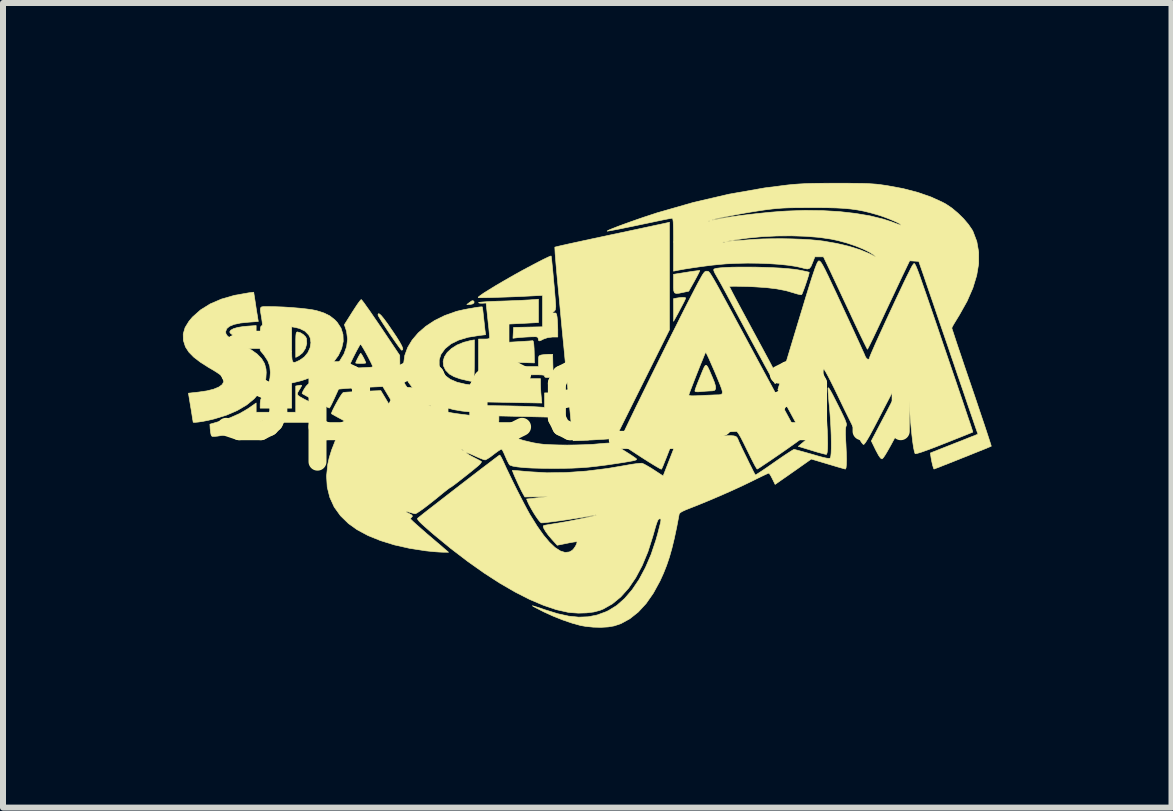
<source format=kicad_pcb>
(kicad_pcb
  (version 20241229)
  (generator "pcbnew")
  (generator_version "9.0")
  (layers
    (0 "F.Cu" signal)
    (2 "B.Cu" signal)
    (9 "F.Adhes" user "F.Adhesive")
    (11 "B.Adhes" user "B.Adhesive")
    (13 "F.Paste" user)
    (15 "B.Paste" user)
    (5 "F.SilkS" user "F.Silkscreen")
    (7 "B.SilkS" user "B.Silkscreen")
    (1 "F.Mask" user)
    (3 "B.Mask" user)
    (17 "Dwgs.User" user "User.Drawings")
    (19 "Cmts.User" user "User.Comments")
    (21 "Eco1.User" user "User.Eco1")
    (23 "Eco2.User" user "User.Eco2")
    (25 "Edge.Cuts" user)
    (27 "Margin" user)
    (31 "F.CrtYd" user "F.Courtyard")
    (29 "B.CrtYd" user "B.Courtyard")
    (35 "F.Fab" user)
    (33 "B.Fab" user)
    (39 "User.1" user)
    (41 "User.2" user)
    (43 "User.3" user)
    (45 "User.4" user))
  (footprint "Space_Jam"
    (layer "F.Cu")
    (at 6.707 3.45)
    (property "Reference" "Space_Jam" (at 0 0 0) (layer "F.SilkS") (effects (font (size 1.524 1.524) (thickness 0.3))))
    (attr through_hole)
    (fp_poly (pts (xy -1.853 -1.472) (xy -1.853 -1.471) (xy -1.854 -1.449) (xy -1.881 -1.431) (xy -1.926 -1.423) (xy -1.93 -1.423) (xy -1.973 -1.423) (xy -1.93 -1.456) (xy -1.892 -1.483) (xy -1.87 -1.487) (xy -1.853 -1.472)) (stroke (width 0.01) (type solid)) (fill yes) (layer "F.SilkS"))
    (fp_poly (pts (xy -5.487 -0.872) (xy -5.578 -0.837) (xy -5.67 -0.801) (xy -5.798 -0.868) (xy -5.873 -0.911) (xy -5.915 -0.944) (xy -5.927 -0.965) (xy -5.91 -0.994) (xy -5.864 -1.02) (xy -5.791 -1.041) (xy -5.696 -1.056) (xy -5.638 -1.061) (xy -5.486 -1.072) (xy -5.487 -0.872)) (stroke (width 0.01) (type solid)) (fill yes) (layer "F.SilkS"))
    (fp_poly (pts (xy 1.664 -1.538) (xy 1.676 -1.532) (xy 1.669 -1.512) (xy 1.649 -1.469) (xy 1.619 -1.411) (xy 1.583 -1.343) (xy 1.546 -1.272) (xy 1.526 -1.236) (xy 1.474 -1.143) (xy 1.474 -1.331) (xy 1.473 -1.52) (xy 1.526 -1.53) (xy 1.578 -1.538) (xy 1.627 -1.541) (xy 1.664 -1.538)) (stroke (width 0.01) (type solid)) (fill yes) (layer "F.SilkS"))
    (fp_poly (pts (xy -4.75 -0.953) (xy -4.7 -0.922) (xy -4.661 -0.883) (xy -4.647 -0.855) (xy -4.642 -0.773) (xy -4.665 -0.691) (xy -4.711 -0.619) (xy -4.775 -0.567) (xy -4.777 -0.567) (xy -4.826 -0.541) (xy -4.826 -0.753) (xy -4.826 -0.842) (xy -4.824 -0.901) (xy -4.82 -0.938) (xy -4.813 -0.958) (xy -4.803 -0.965) (xy -4.796 -0.965) (xy -4.75 -0.953)) (stroke (width 0.01) (type solid)) (fill yes) (layer "F.SilkS"))
    (fp_poly (pts (xy -4.727 -0.076) (xy -4.732 -0.06) (xy -4.751 -0.025) (xy -4.768 0.001) (xy -4.791 0.04) (xy -4.799 0.068) (xy -4.79 0.09) (xy -4.759 0.114) (xy -4.704 0.145) (xy -4.669 0.163) (xy -4.589 0.204) (xy -4.589 0.542) (xy -5.114 0.542) (xy -5.114 0.373) (xy -4.826 0.373) (xy -4.826 -0.064) (xy -4.779 -0.073) (xy -4.744 -0.078) (xy -4.727 -0.076)) (stroke (width 0.01) (type solid)) (fill yes) (layer "F.SilkS"))
    (fp_poly (pts (xy -3.731 -0.596) (xy -3.711 -0.563) (xy -3.688 -0.52) (xy -3.669 -0.48) (xy -3.658 -0.452) (xy -3.658 -0.448) (xy -3.673 -0.444) (xy -3.712 -0.441) (xy -3.742 -0.44) (xy -3.791 -0.442) (xy -3.821 -0.445) (xy -3.827 -0.448) (xy -3.82 -0.47) (xy -3.802 -0.508) (xy -3.78 -0.551) (xy -3.759 -0.588) (xy -3.744 -0.608) (xy -3.742 -0.61) (xy -3.731 -0.596)) (stroke (width 0.01) (type solid)) (fill yes) (layer "F.SilkS"))
    (fp_poly (pts (xy 1.911 -1.989) (xy 1.905 -1.973) (xy 1.886 -1.934) (xy 1.856 -1.877) (xy 1.822 -1.814) (xy 1.727 -1.645) (xy 1.642 -1.627) (xy 1.566 -1.611) (xy 1.518 -1.607) (xy 1.49 -1.618) (xy 1.477 -1.65) (xy 1.473 -1.707) (xy 1.473 -1.767) (xy 1.473 -1.926) (xy 1.689 -1.96) (xy 1.77 -1.973) (xy 1.838 -1.982) (xy 1.887 -1.988) (xy 1.91 -1.99) (xy 1.911 -1.989)) (stroke (width 0.01) (type solid)) (fill yes) (layer "F.SilkS"))
    (fp_poly (pts (xy -1.848 -0.484) (xy -1.849 -0.357) (xy -1.851 -0.261) (xy -1.855 -0.194) (xy -1.86 -0.154) (xy -1.867 -0.138) (xy -1.869 -0.138) (xy -1.897 -0.142) (xy -1.942 -0.15) (xy -1.956 -0.153) (xy -2.083 -0.183) (xy -2.185 -0.219) (xy -2.258 -0.26) (xy -2.262 -0.262) (xy -2.327 -0.328) (xy -2.362 -0.4) (xy -2.368 -0.475) (xy -2.347 -0.55) (xy -2.3 -0.623) (xy -2.229 -0.689) (xy -2.137 -0.747) (xy -2.024 -0.793) (xy -1.91 -0.822) (xy -1.847 -0.833) (xy -1.848 -0.484)) (stroke (width 0.01) (type solid)) (fill yes) (layer "F.SilkS"))
    (fp_poly (pts (xy -3.431 -1.266) (xy -3.4 -1.238) (xy -3.356 -1.184) (xy -3.296 -1.103) (xy -3.221 -0.994) (xy -3.218 -0.99) (xy -3.145 -0.881) (xy -3.093 -0.797) (xy -3.059 -0.735) (xy -3.042 -0.693) (xy -3.042 -0.669) (xy -3.057 -0.661) (xy -3.06 -0.661) (xy -3.073 -0.674) (xy -3.102 -0.712) (xy -3.143 -0.769) (xy -3.194 -0.842) (xy -3.252 -0.926) (xy -3.264 -0.944) (xy -3.322 -1.032) (xy -3.373 -1.11) (xy -3.414 -1.175) (xy -3.442 -1.222) (xy -3.454 -1.247) (xy -3.455 -1.249) (xy -3.449 -1.269) (xy -3.431 -1.266)) (stroke (width 0.01) (type solid)) (fill yes) (layer "F.SilkS"))
    (fp_poly (pts (xy 2.044 -0.381) (xy 2.072 -0.323) (xy 2.109 -0.235) (xy 2.117 -0.218) (xy 2.154 -0.127) (xy 2.173 -0.062) (xy 2.175 -0.018) (xy 2.16 0.007) (xy 2.126 0.016) (xy 2.112 0.017) (xy 2.066 0.019) (xy 2.002 0.023) (xy 1.943 0.028) (xy 1.881 0.033) (xy 1.845 0.031) (xy 1.831 0.023) (xy 1.83 0.015) (xy 1.836 -0.008) (xy 1.853 -0.057) (xy 1.879 -0.124) (xy 1.911 -0.202) (xy 1.921 -0.227) (xy 1.957 -0.316) (xy 1.984 -0.377) (xy 2.004 -0.408) (xy 2.023 -0.409) (xy 2.044 -0.381)) (stroke (width 0.01) (type solid)) (fill yes) (layer "F.SilkS"))
    (fp_poly (pts (xy -5.486 0.373) (xy -5.34 0.373) (xy -5.272 0.373) (xy -5.229 0.378) (xy -5.214 0.389) (xy -5.225 0.409) (xy -5.264 0.44) (xy -5.331 0.487) (xy -5.361 0.507) (xy -5.498 0.585) (xy -5.658 0.655) (xy -5.833 0.712) (xy -6.012 0.754) (xy -6.132 0.772) (xy -6.187 0.777) (xy -6.218 0.776) (xy -6.232 0.765) (xy -6.239 0.743) (xy -6.247 0.699) (xy -6.253 0.644) (xy -6.253 0.638) (xy -6.257 0.573) (xy -6.114 0.531) (xy -5.923 0.467) (xy -5.76 0.395) (xy -5.62 0.313) (xy -5.606 0.303) (xy -5.486 0.219) (xy -5.486 0.373)) (stroke (width 0.01) (type solid)) (fill yes) (layer "F.SilkS"))
    (fp_poly (pts (xy -0.539 -0.44) (xy -0.537 -0.367) (xy -0.536 -0.304) (xy -0.535 -0.259) (xy -0.535 -0.25) (xy -0.538 -0.225) (xy -0.558 -0.213) (xy -0.602 -0.207) (xy -0.605 -0.206) (xy -0.652 -0.206) (xy -0.674 -0.215) (xy -0.677 -0.228) (xy -0.681 -0.238) (xy -0.695 -0.245) (xy -0.725 -0.249) (xy -0.775 -0.251) (xy -0.849 -0.251) (xy -0.936 -0.25) (xy -1.194 -0.246) (xy -1.199 -0.318) (xy -1.204 -0.389) (xy -0.779 -0.389) (xy -0.779 -0.48) (xy -0.778 -0.533) (xy -0.771 -0.562) (xy -0.754 -0.575) (xy -0.726 -0.582) (xy -0.672 -0.589) (xy -0.611 -0.593) (xy -0.607 -0.593) (xy -0.542 -0.593) (xy -0.539 -0.44)) (stroke (width 0.01) (type solid)) (fill yes) (layer "F.SilkS"))
    (fp_poly (pts (xy 5.313 -0.138) (xy 5.317 -0.102) (xy 5.317 -0.101) (xy 5.318 -0.065) (xy 5.322 -0.004) (xy 5.327 0.076) (xy 5.333 0.166) (xy 5.335 0.195) (xy 5.353 0.439) (xy 5.165 0.795) (xy 5.097 0.921) (xy 5.043 1.017) (xy 5.002 1.086) (xy 4.972 1.13) (xy 4.952 1.15) (xy 4.947 1.151) (xy 4.924 1.137) (xy 4.892 1.092) (xy 4.852 1.017) (xy 4.844 1.002) (xy 4.771 0.852) (xy 4.975 0.464) (xy 5.034 0.352) (xy 5.09 0.243) (xy 5.142 0.143) (xy 5.186 0.058) (xy 5.219 -0.007) (xy 5.235 -0.038) (xy 5.263 -0.093) (xy 5.287 -0.133) (xy 5.302 -0.152) (xy 5.304 -0.152) (xy 5.313 -0.138)) (stroke (width 0.01) (type solid)) (fill yes) (layer "F.SilkS"))
    (fp_poly (pts (xy 1.405 -1.001) (xy 0.506 0.804) (xy 0.427 0.815) (xy 0.382 0.819) (xy 0.312 0.824) (xy 0.223 0.829) (xy 0.125 0.835) (xy 0.073 0.837) (xy -0.201 0.849) (xy -0.211 0.776) (xy -0.214 0.748) (xy -0.22 0.689) (xy -0.228 0.602) (xy -0.24 0.491) (xy -0.253 0.358) (xy -0.267 0.206) (xy -0.284 0.039) (xy -0.301 -0.141) (xy -0.319 -0.331) (xy -0.338 -0.527) (xy -0.357 -0.727) (xy -0.377 -0.928) (xy -0.396 -1.126) (xy -0.414 -1.319) (xy -0.431 -1.503) (xy -0.448 -1.676) (xy -0.463 -1.834) (xy -0.476 -1.975) (xy -0.476 -1.977) (xy -0.486 -2.089) (xy -0.494 -2.189) (xy -0.501 -2.273) (xy -0.504 -2.336) (xy -0.506 -2.372) (xy -0.505 -2.38) (xy -0.487 -2.384) (xy -0.439 -2.396) (xy -0.365 -2.413) (xy -0.266 -2.435) (xy -0.146 -2.461) (xy -0.008 -2.491) (xy 0.145 -2.524) (xy 0.31 -2.559) (xy 0.416 -2.582) (xy 0.588 -2.618) (xy 0.751 -2.653) (xy 0.901 -2.685) (xy 1.036 -2.714) (xy 1.152 -2.739) (xy 1.247 -2.759) (xy 1.316 -2.774) (xy 1.357 -2.783) (xy 1.367 -2.785) (xy 1.405 -2.795) (xy 1.405 -1.001)) (stroke (width 0.01) (type solid)) (fill yes) (layer "F.SilkS"))
    (fp_poly (pts (xy -0.779 -1.122) (xy -1.024 -1.109) (xy -1.27 -1.097) (xy -1.27 -0.794) (xy -1.079 -0.805) (xy -1.002 -0.81) (xy -0.936 -0.814) (xy -0.89 -0.818) (xy -0.872 -0.819) (xy -0.864 -0.804) (xy -0.857 -0.76) (xy -0.852 -0.691) (xy -0.85 -0.635) (xy -0.846 -0.449) (xy -1.058 -0.455) (xy -1.27 -0.461) (xy -1.27 -0.186) (xy -0.745 -0.186) (xy -0.745 -0.097) (xy -0.743 -0.031) (xy -0.739 0.049) (xy -0.734 0.106) (xy -0.723 0.22) (xy -0.925 0.216) (xy -1.017 0.215) (xy -1.13 0.213) (xy -1.252 0.21) (xy -1.37 0.208) (xy -1.404 0.207) (xy -1.681 0.202) (xy -1.661 -0.135) (xy -1.778 -0.135) (xy -1.778 -0.847) (xy -1.685 -0.847) (xy -1.631 -0.848) (xy -1.602 -0.855) (xy -1.593 -0.869) (xy -1.593 -0.876) (xy -1.595 -0.903) (xy -1.6 -0.956) (xy -1.607 -1.031) (xy -1.617 -1.119) (xy -1.623 -1.177) (xy -1.652 -1.448) (xy -1.715 -1.444) (xy -1.756 -1.445) (xy -1.777 -1.452) (xy -1.778 -1.454) (xy -1.762 -1.459) (xy -1.717 -1.464) (xy -1.648 -1.469) (xy -1.559 -1.474) (xy -1.456 -1.478) (xy -1.41 -1.479) (xy -1.292 -1.483) (xy -1.176 -1.488) (xy -1.071 -1.492) (xy -0.982 -1.497) (xy -0.919 -1.5) (xy -0.91 -1.501) (xy -0.779 -1.511) (xy -0.779 -1.122)) (stroke (width 0.01) (type solid)) (fill yes) (layer "F.SilkS"))
    (fp_poly (pts (xy -1.716 -1.383) (xy -1.712 -1.365) (xy -1.706 -1.321) (xy -1.699 -1.258) (xy -1.694 -1.21) (xy -1.685 -1.13) (xy -1.677 -1.056) (xy -1.671 -0.999) (xy -1.668 -0.98) (xy -1.66 -0.919) (xy -1.765 -0.907) (xy -1.952 -0.877) (xy -2.109 -0.83) (xy -2.237 -0.767) (xy -2.336 -0.687) (xy -2.405 -0.591) (xy -2.406 -0.589) (xy -2.434 -0.501) (xy -2.434 -0.41) (xy -2.405 -0.326) (xy -2.4 -0.319) (xy -2.336 -0.239) (xy -2.249 -0.175) (xy -2.137 -0.127) (xy -1.997 -0.094) (xy -1.857 -0.075) (xy -1.725 -0.064) (xy -1.735 0.044) (xy -1.742 0.125) (xy -1.75 0.214) (xy -1.754 0.262) (xy -1.764 0.373) (xy -1.851 0.37) (xy -1.916 0.367) (xy -1.995 0.36) (xy -2.057 0.353) (xy -2.192 0.33) (xy -2.335 0.292) (xy -2.473 0.246) (xy -2.591 0.194) (xy -2.598 0.19) (xy -2.698 0.128) (xy -2.794 0.05) (xy -2.88 -0.037) (xy -2.946 -0.125) (xy -2.972 -0.173) (xy -3.015 -0.306) (xy -3.027 -0.44) (xy -3.008 -0.574) (xy -2.96 -0.705) (xy -2.885 -0.83) (xy -2.784 -0.949) (xy -2.659 -1.058) (xy -2.512 -1.155) (xy -2.344 -1.238) (xy -2.156 -1.305) (xy -2.151 -1.307) (xy -2.098 -1.32) (xy -2.031 -1.335) (xy -1.955 -1.35) (xy -1.879 -1.363) (xy -1.81 -1.375) (xy -1.755 -1.382) (xy -1.722 -1.384) (xy -1.716 -1.383)) (stroke (width 0.01) (type solid)) (fill yes) (layer "F.SilkS"))
    (fp_poly (pts (xy -0.564 -2.214) (xy -0.559 -2.168) (xy -0.552 -2.099) (xy -0.543 -2.013) (xy -0.534 -1.915) (xy -0.525 -1.812) (xy -0.515 -1.708) (xy -0.507 -1.61) (xy -0.5 -1.522) (xy -0.494 -1.451) (xy -0.491 -1.401) (xy -0.491 -1.384) (xy -0.498 -1.333) (xy -0.516 -1.31) (xy -0.54 -1.294) (xy -0.536 -1.281) (xy -0.51 -1.281) (xy -0.491 -1.281) (xy -0.478 -1.262) (xy -0.469 -1.218) (xy -0.468 -1.21) (xy -0.463 -1.15) (xy -0.459 -1.075) (xy -0.457 -1.005) (xy -0.457 -0.881) (xy -0.543 -0.881) (xy -0.627 -0.87) (xy -0.694 -0.847) (xy -0.741 -0.823) (xy -0.766 -0.816) (xy -0.777 -0.824) (xy -0.782 -0.849) (xy -0.782 -0.851) (xy -0.787 -0.87) (xy -0.8 -0.881) (xy -0.828 -0.886) (xy -0.879 -0.885) (xy -0.914 -0.884) (xy -0.991 -0.88) (xy -1.067 -0.875) (xy -1.123 -0.87) (xy -1.204 -0.86) (xy -1.194 -1.041) (xy -0.953 -1.046) (xy -0.711 -1.051) (xy -0.711 -1.575) (xy -0.91 -1.565) (xy -1.051 -1.558) (xy -1.19 -1.552) (xy -1.324 -1.547) (xy -1.449 -1.543) (xy -1.56 -1.539) (xy -1.654 -1.537) (xy -1.725 -1.536) (xy -1.77 -1.536) (xy -1.784 -1.538) (xy -1.778 -1.55) (xy -1.744 -1.577) (xy -1.683 -1.619) (xy -1.596 -1.673) (xy -1.487 -1.74) (xy -1.355 -1.817) (xy -1.256 -1.874) (xy -1.161 -1.928) (xy -1.06 -1.984) (xy -0.958 -2.039) (xy -0.859 -2.091) (xy -0.768 -2.139) (xy -0.689 -2.179) (xy -0.626 -2.209) (xy -0.584 -2.228) (xy -0.568 -2.232) (xy -0.564 -2.214)) (stroke (width 0.01) (type solid)) (fill yes) (layer "F.SilkS"))
    (fp_poly (pts (xy -5.497 -1.436) (xy -5.485 -1.354) (xy -5.473 -1.279) (xy -5.463 -1.221) (xy -5.459 -1.192) (xy -5.45 -1.14) (xy -5.61 -1.128) (xy -5.748 -1.114) (xy -5.855 -1.091) (xy -5.93 -1.06) (xy -5.976 -1.021) (xy -5.994 -0.972) (xy -5.994 -0.963) (xy -5.989 -0.933) (xy -5.969 -0.903) (xy -5.933 -0.871) (xy -5.875 -0.834) (xy -5.793 -0.788) (xy -5.71 -0.746) (xy -5.574 -0.671) (xy -5.47 -0.597) (xy -5.395 -0.52) (xy -5.346 -0.438) (xy -5.322 -0.348) (xy -5.318 -0.288) (xy -5.324 -0.191) (xy -5.345 -0.106) (xy -5.386 -0.021) (xy -5.419 0.03) (xy -5.516 0.146) (xy -5.643 0.251) (xy -5.799 0.343) (xy -5.981 0.422) (xy -6.187 0.485) (xy -6.289 0.509) (xy -6.376 0.526) (xy -6.449 0.537) (xy -6.503 0.542) (xy -6.533 0.541) (xy -6.537 0.538) (xy -6.539 0.52) (xy -6.547 0.476) (xy -6.557 0.41) (xy -6.57 0.328) (xy -6.576 0.295) (xy -6.615 0.056) (xy -6.442 0.037) (xy -6.306 0.017) (xy -6.195 -0.011) (xy -6.11 -0.046) (xy -6.053 -0.087) (xy -6.028 -0.132) (xy -6.028 -0.135) (xy -6.026 -0.168) (xy -6.034 -0.197) (xy -6.055 -0.225) (xy -6.093 -0.258) (xy -6.152 -0.298) (xy -6.236 -0.349) (xy -6.28 -0.374) (xy -6.419 -0.463) (xy -6.528 -0.547) (xy -6.608 -0.629) (xy -6.662 -0.712) (xy -6.666 -0.72) (xy -6.7 -0.827) (xy -6.702 -0.932) (xy -6.671 -1.038) (xy -6.606 -1.144) (xy -6.548 -1.213) (xy -6.414 -1.332) (xy -6.252 -1.433) (xy -6.063 -1.514) (xy -5.847 -1.576) (xy -5.613 -1.617) (xy -5.527 -1.628) (xy -5.497 -1.436)) (stroke (width 0.01) (type solid)) (fill yes) (layer "F.SilkS"))
    (fp_poly (pts (xy -5.287 -1.388) (xy -5.161 -1.386) (xy -5.025 -1.381) (xy -4.889 -1.372) (xy -4.758 -1.361) (xy -4.641 -1.348) (xy -4.544 -1.334) (xy -4.48 -1.321) (xy -4.357 -1.282) (xy -4.259 -1.234) (xy -4.177 -1.17) (xy -4.135 -1.126) (xy -4.071 -1.029) (xy -4.038 -0.923) (xy -4.034 -0.809) (xy -4.06 -0.692) (xy -4.114 -0.575) (xy -4.197 -0.462) (xy -4.235 -0.422) (xy -4.329 -0.344) (xy -4.446 -0.271) (xy -4.578 -0.207) (xy -4.715 -0.158) (xy -4.771 -0.143) (xy -4.894 -0.114) (xy -4.894 0.305) (xy -5.419 0.305) (xy -5.419 0.228) (xy -5.413 0.172) (xy -5.393 0.118) (xy -5.358 0.061) (xy -5.291 -0.065) (xy -5.256 -0.195) (xy -5.249 -0.291) (xy -5.259 -0.394) (xy -5.292 -0.484) (xy -5.351 -0.574) (xy -5.36 -0.586) (xy -5.419 -0.658) (xy -5.419 -0.754) (xy -4.894 -0.754) (xy -4.894 -0.641) (xy -4.892 -0.558) (xy -4.887 -0.502) (xy -4.877 -0.47) (xy -4.86 -0.457) (xy -4.834 -0.46) (xy -4.797 -0.476) (xy -4.758 -0.495) (xy -4.682 -0.549) (xy -4.624 -0.62) (xy -4.587 -0.701) (xy -4.573 -0.786) (xy -4.585 -0.866) (xy -4.609 -0.914) (xy -4.671 -0.978) (xy -4.759 -1.022) (xy -4.83 -1.04) (xy -4.894 -1.051) (xy -4.894 -0.754) (xy -5.419 -0.754) (xy -5.419 -0.862) (xy -5.418 -0.953) (xy -5.415 -1.014) (xy -5.41 -1.05) (xy -5.401 -1.065) (xy -5.396 -1.067) (xy -5.386 -1.072) (xy -5.382 -1.093) (xy -5.386 -1.134) (xy -5.395 -1.198) (xy -5.409 -1.281) (xy -5.416 -1.335) (xy -5.412 -1.367) (xy -5.395 -1.383) (xy -5.361 -1.388) (xy -5.307 -1.388) (xy -5.287 -1.388)) (stroke (width 0.01) (type solid)) (fill yes) (layer "F.SilkS"))
    (fp_poly (pts (xy 2.846 -2.046) (xy 2.988 -2.042) (xy 3.126 -2.037) (xy 3.257 -2.03) (xy 3.374 -2.021) (xy 3.475 -2.011) (xy 3.545 -2.001) (xy 3.619 -1.987) (xy 3.681 -1.974) (xy 3.722 -1.964) (xy 3.735 -1.96) (xy 3.733 -1.942) (xy 3.722 -1.9) (xy 3.704 -1.843) (xy 3.682 -1.777) (xy 3.659 -1.71) (xy 3.637 -1.652) (xy 3.62 -1.608) (xy 3.609 -1.588) (xy 3.589 -1.587) (xy 3.545 -1.596) (xy 3.487 -1.613) (xy 3.475 -1.617) (xy 3.343 -1.655) (xy 3.192 -1.684) (xy 3.019 -1.705) (xy 2.818 -1.718) (xy 2.714 -1.723) (xy 2.616 -1.725) (xy 2.53 -1.727) (xy 2.463 -1.727) (xy 2.42 -1.726) (xy 2.405 -1.724) (xy 2.41 -1.711) (xy 2.427 -1.678) (xy 2.455 -1.623) (xy 2.496 -1.545) (xy 2.55 -1.444) (xy 2.618 -1.317) (xy 2.7 -1.165) (xy 2.797 -0.985) (xy 2.91 -0.776) (xy 2.926 -0.747) (xy 3.001 -0.607) (xy 3.062 -0.494) (xy 3.11 -0.403) (xy 3.146 -0.333) (xy 3.171 -0.28) (xy 3.188 -0.241) (xy 3.197 -0.212) (xy 3.2 -0.191) (xy 3.199 -0.173) (xy 3.195 -0.159) (xy 3.181 -0.121) (xy 3.169 -0.102) (xy 3.168 -0.102) (xy 3.158 -0.116) (xy 3.134 -0.158) (xy 3.097 -0.223) (xy 3.05 -0.309) (xy 2.993 -0.412) (xy 2.929 -0.531) (xy 2.858 -0.661) (xy 2.811 -0.749) (xy 2.733 -0.893) (xy 2.657 -1.035) (xy 2.584 -1.171) (xy 2.517 -1.296) (xy 2.458 -1.406) (xy 2.41 -1.497) (xy 2.375 -1.563) (xy 2.365 -1.582) (xy 2.318 -1.668) (xy 2.27 -1.757) (xy 2.225 -1.836) (xy 2.197 -1.885) (xy 2.162 -1.947) (xy 2.145 -1.986) (xy 2.144 -2.008) (xy 2.15 -2.015) (xy 2.186 -2.026) (xy 2.25 -2.034) (xy 2.339 -2.04) (xy 2.447 -2.045) (xy 2.571 -2.047) (xy 2.706 -2.047) (xy 2.846 -2.046)) (stroke (width 0.01) (type solid)) (fill yes) (layer "F.SilkS"))
    (fp_poly (pts (xy -3.721 -1.492) (xy -3.691 -1.454) (xy -3.648 -1.393) (xy -3.592 -1.315) (xy -3.528 -1.221) (xy -3.456 -1.116) (xy -3.404 -1.04) (xy -3.092 -0.574) (xy -3.09 -0.426) (xy -3.08 -0.297) (xy -3.05 -0.186) (xy -2.998 -0.082) (xy -2.928 0.015) (xy -2.89 0.062) (xy -2.867 0.095) (xy -2.862 0.12) (xy -2.876 0.143) (xy -2.912 0.169) (xy -2.974 0.203) (xy -3.028 0.232) (xy -3.159 0.303) (xy -3.267 0.124) (xy -3.374 -0.055) (xy -3.622 -0.044) (xy -3.723 -0.039) (xy -3.823 -0.034) (xy -3.913 -0.028) (xy -3.981 -0.024) (xy -3.991 -0.023) (xy -4.112 -0.012) (xy -4.184 0.146) (xy -4.215 0.212) (xy -4.241 0.264) (xy -4.26 0.297) (xy -4.266 0.304) (xy -4.284 0.296) (xy -4.325 0.275) (xy -4.386 0.244) (xy -4.46 0.204) (xy -4.494 0.186) (xy -4.572 0.144) (xy -4.638 0.108) (xy -4.688 0.08) (xy -4.716 0.064) (xy -4.72 0.061) (xy -4.715 0.044) (xy -4.697 0.008) (xy -4.678 -0.024) (xy -4.652 -0.062) (xy -4.622 -0.092) (xy -4.581 -0.122) (xy -4.522 -0.154) (xy -4.461 -0.185) (xy -4.315 -0.27) (xy -4.195 -0.367) (xy -3.945 -0.367) (xy -3.93 -0.365) (xy -3.889 -0.364) (xy -3.829 -0.365) (xy -3.76 -0.367) (xy -3.689 -0.37) (xy -3.624 -0.374) (xy -3.574 -0.377) (xy -3.545 -0.381) (xy -3.542 -0.382) (xy -3.546 -0.399) (xy -3.563 -0.438) (xy -3.59 -0.492) (xy -3.623 -0.556) (xy -3.658 -0.621) (xy -3.692 -0.68) (xy -3.721 -0.728) (xy -3.74 -0.757) (xy -3.746 -0.762) (xy -3.757 -0.748) (xy -3.779 -0.71) (xy -3.809 -0.655) (xy -3.842 -0.591) (xy -3.876 -0.524) (xy -3.906 -0.461) (xy -3.93 -0.409) (xy -3.944 -0.375) (xy -3.945 -0.367) (xy -4.195 -0.367) (xy -4.193 -0.369) (xy -4.094 -0.479) (xy -4.022 -0.597) (xy -3.977 -0.721) (xy -3.962 -0.847) (xy -3.978 -0.972) (xy -3.986 -0.999) (xy -4.015 -1.086) (xy -3.883 -1.296) (xy -3.835 -1.37) (xy -3.793 -1.433) (xy -3.759 -1.479) (xy -3.738 -1.503) (xy -3.734 -1.506) (xy -3.721 -1.492)) (stroke (width 0.01) (type solid)) (fill yes) (layer "F.SilkS"))
    (fp_poly (pts (xy 2.03 -1.978) (xy 2.038 -1.977) (xy 2.046 -1.976) (xy 2.053 -1.974) (xy 2.062 -1.967) (xy 2.073 -1.955) (xy 2.087 -1.936) (xy 2.105 -1.908) (xy 2.129 -1.869) (xy 2.158 -1.819) (xy 2.195 -1.754) (xy 2.24 -1.673) (xy 2.293 -1.575) (xy 2.357 -1.457) (xy 2.432 -1.319) (xy 2.519 -1.157) (xy 2.619 -0.972) (xy 2.733 -0.76) (xy 2.862 -0.521) (xy 2.88 -0.487) (xy 2.979 -0.304) (xy 3.075 -0.127) (xy 3.165 0.04) (xy 3.249 0.195) (xy 3.325 0.336) (xy 3.392 0.459) (xy 3.448 0.563) (xy 3.493 0.644) (xy 3.524 0.701) (xy 3.541 0.731) (xy 3.541 0.732) (xy 3.567 0.779) (xy 3.581 0.815) (xy 3.582 0.828) (xy 3.566 0.842) (xy 3.526 0.872) (xy 3.468 0.913) (xy 3.396 0.964) (xy 3.315 1.021) (xy 3.228 1.081) (xy 3.142 1.14) (xy 3.06 1.196) (xy 2.986 1.245) (xy 2.927 1.285) (xy 2.886 1.311) (xy 2.868 1.321) (xy 2.867 1.321) (xy 2.856 1.306) (xy 2.832 1.266) (xy 2.799 1.203) (xy 2.759 1.124) (xy 2.714 1.032) (xy 2.702 1.008) (xy 2.642 0.886) (xy 2.595 0.794) (xy 2.559 0.733) (xy 2.535 0.7) (xy 2.525 0.694) (xy 2.494 0.695) (xy 2.434 0.698) (xy 2.352 0.703) (xy 2.254 0.709) (xy 2.145 0.715) (xy 2.031 0.722) (xy 1.918 0.73) (xy 1.811 0.737) (xy 1.716 0.743) (xy 1.639 0.748) (xy 1.585 0.753) (xy 1.565 0.755) (xy 1.495 0.763) (xy 1.389 1.038) (xy 1.354 1.128) (xy 1.322 1.207) (xy 1.297 1.27) (xy 1.279 1.31) (xy 1.272 1.323) (xy 1.256 1.318) (xy 1.215 1.295) (xy 1.154 1.259) (xy 1.077 1.212) (xy 0.987 1.155) (xy 0.92 1.112) (xy 0.824 1.049) (xy 0.737 0.992) (xy 0.665 0.944) (xy 0.609 0.907) (xy 0.576 0.884) (xy 0.567 0.878) (xy 0.573 0.862) (xy 0.592 0.818) (xy 0.625 0.748) (xy 0.668 0.657) (xy 0.721 0.546) (xy 0.783 0.418) (xy 0.852 0.275) (xy 0.928 0.121) (xy 0.944 0.088) (xy 1.727 0.088) (xy 1.739 0.096) (xy 1.776 0.1) (xy 1.842 0.099) (xy 1.918 0.096) (xy 2.004 0.091) (xy 2.085 0.088) (xy 2.152 0.085) (xy 2.184 0.084) (xy 2.234 0.083) (xy 2.267 0.077) (xy 2.285 0.062) (xy 2.288 0.033) (xy 2.276 -0.014) (xy 2.25 -0.084) (xy 2.214 -0.172) (xy 2.155 -0.313) (xy 2.104 -0.429) (xy 2.064 -0.52) (xy 2.034 -0.584) (xy 2.015 -0.619) (xy 2.008 -0.625) (xy 1.999 -0.606) (xy 1.98 -0.561) (xy 1.954 -0.496) (xy 1.921 -0.417) (xy 1.886 -0.328) (xy 1.849 -0.235) (xy 1.814 -0.145) (xy 1.782 -0.062) (xy 1.755 0.008) (xy 1.736 0.059) (xy 1.728 0.086) (xy 1.727 0.088) (xy 0.944 0.088) (xy 1.008 -0.042) (xy 1.091 -0.212) (xy 1.177 -0.386) (xy 1.263 -0.56) (xy 1.349 -0.734) (xy 1.433 -0.903) (xy 1.515 -1.065) (xy 1.591 -1.218) (xy 1.662 -1.359) (xy 1.726 -1.485) (xy 1.782 -1.593) (xy 1.828 -1.682) (xy 1.832 -1.69) (xy 1.885 -1.791) (xy 1.926 -1.865) (xy 1.956 -1.918) (xy 1.979 -1.951) (xy 1.997 -1.97) (xy 2.012 -1.977) (xy 2.028 -1.978) (xy 2.03 -1.978)) (stroke (width 0.01) (type solid)) (fill yes) (layer "F.SilkS"))
    (fp_poly (pts (xy 3.915 -2.143) (xy 3.936 -2.119) (xy 3.963 -2.074) (xy 3.999 -2.006) (xy 4.046 -1.909) (xy 4.048 -1.906) (xy 4.083 -1.831) (xy 4.127 -1.737) (xy 4.179 -1.628) (xy 4.235 -1.507) (xy 4.294 -1.379) (xy 4.355 -1.247) (xy 4.416 -1.116) (xy 4.474 -0.99) (xy 4.528 -0.872) (xy 4.577 -0.766) (xy 4.617 -0.677) (xy 4.649 -0.607) (xy 4.668 -0.562) (xy 4.674 -0.548) (xy 4.695 -0.519) (xy 4.719 -0.508) (xy 4.738 -0.518) (xy 4.741 -0.534) (xy 4.748 -0.556) (xy 4.768 -0.605) (xy 4.8 -0.678) (xy 4.84 -0.77) (xy 4.889 -0.878) (xy 4.944 -0.998) (xy 5.003 -1.127) (xy 5.065 -1.261) (xy 5.128 -1.396) (xy 5.19 -1.529) (xy 5.25 -1.655) (xy 5.305 -1.772) (xy 5.355 -1.876) (xy 5.398 -1.962) (xy 5.431 -2.028) (xy 5.453 -2.069) (xy 5.462 -2.082) (xy 5.468 -2.09) (xy 5.474 -2.098) (xy 5.479 -2.104) (xy 5.484 -2.107) (xy 5.491 -2.105) (xy 5.498 -2.095) (xy 5.509 -2.076) (xy 5.522 -2.047) (xy 5.539 -2.005) (xy 5.56 -1.95) (xy 5.586 -1.878) (xy 5.617 -1.788) (xy 5.655 -1.679) (xy 5.7 -1.549) (xy 5.753 -1.395) (xy 5.814 -1.217) (xy 5.884 -1.012) (xy 5.963 -0.778) (xy 6.053 -0.515) (xy 6.055 -0.509) (xy 6.121 -0.315) (xy 6.184 -0.131) (xy 6.242 0.041) (xy 6.296 0.199) (xy 6.343 0.34) (xy 6.384 0.462) (xy 6.418 0.561) (xy 6.443 0.637) (xy 6.458 0.685) (xy 6.464 0.704) (xy 6.464 0.704) (xy 6.448 0.711) (xy 6.404 0.729) (xy 6.337 0.756) (xy 6.249 0.791) (xy 6.146 0.832) (xy 6.031 0.878) (xy 5.987 0.895) (xy 5.83 0.957) (xy 5.704 1.004) (xy 5.609 1.038) (xy 5.543 1.058) (xy 5.508 1.065) (xy 5.501 1.064) (xy 5.489 1.028) (xy 5.475 0.962) (xy 5.461 0.867) (xy 5.447 0.749) (xy 5.433 0.608) (xy 5.419 0.449) (xy 5.405 0.274) (xy 5.392 0.086) (xy 5.384 -0.059) (xy 5.378 -0.162) (xy 5.372 -0.254) (xy 5.367 -0.327) (xy 5.363 -0.379) (xy 5.36 -0.402) (xy 5.36 -0.403) (xy 5.357 -0.403) (xy 5.352 -0.396) (xy 5.343 -0.381) (xy 5.329 -0.356) (xy 5.309 -0.319) (xy 5.282 -0.268) (xy 5.246 -0.199) (xy 5.2 -0.112) (xy 5.144 -0.004) (xy 5.076 0.127) (xy 4.994 0.284) (xy 4.899 0.468) (xy 4.878 0.509) (xy 4.808 0.642) (xy 4.752 0.746) (xy 4.708 0.823) (xy 4.676 0.875) (xy 4.653 0.904) (xy 4.641 0.911) (xy 4.628 0.902) (xy 4.61 0.88) (xy 4.585 0.841) (xy 4.553 0.784) (xy 4.512 0.706) (xy 4.461 0.607) (xy 4.4 0.483) (xy 4.326 0.333) (xy 4.24 0.155) (xy 4.213 0.099) (xy 4.15 -0.031) (xy 4.094 -0.143) (xy 4.048 -0.232) (xy 4.012 -0.298) (xy 3.987 -0.338) (xy 3.975 -0.35) (xy 3.975 -0.35) (xy 3.971 -0.338) (xy 3.968 -0.317) (xy 3.968 -0.283) (xy 3.969 -0.233) (xy 3.973 -0.164) (xy 3.98 -0.073) (xy 3.989 0.043) (xy 4.001 0.186) (xy 4.015 0.356) (xy 4.027 0.515) (xy 4.036 0.661) (xy 4.041 0.79) (xy 4.043 0.898) (xy 4.041 0.984) (xy 4.035 1.043) (xy 4.026 1.073) (xy 4.022 1.076) (xy 4 1.073) (xy 3.953 1.061) (xy 3.885 1.043) (xy 3.805 1.019) (xy 3.779 1.011) (xy 3.553 0.942) (xy 3.616 0.89) (xy 3.679 0.837) (xy 3.628 0.753) (xy 3.605 0.713) (xy 3.569 0.649) (xy 3.523 0.567) (xy 3.471 0.472) (xy 3.416 0.37) (xy 3.395 0.332) (xy 3.213 -0.004) (xy 3.42 -0.692) (xy 3.496 -0.944) (xy 3.563 -1.166) (xy 3.622 -1.359) (xy 3.672 -1.525) (xy 3.716 -1.667) (xy 3.753 -1.786) (xy 3.784 -1.884) (xy 3.811 -1.963) (xy 3.832 -2.025) (xy 3.85 -2.072) (xy 3.864 -2.106) (xy 3.876 -2.129) (xy 3.885 -2.143) (xy 3.893 -2.149) (xy 3.899 -2.151) (xy 3.915 -2.143)) (stroke (width 0.01) (type solid)) (fill yes) (layer "F.SilkS"))
    (fp_poly (pts (xy -3.295 0.201) (xy -3.248 0.278) (xy -3.215 0.33) (xy -3.191 0.361) (xy -3.173 0.375) (xy -3.158 0.376) (xy -3.144 0.37) (xy -3.114 0.354) (xy -3.064 0.325) (xy -3 0.288) (xy -2.952 0.26) (xy -2.887 0.223) (xy -2.831 0.193) (xy -2.792 0.174) (xy -2.778 0.169) (xy -2.753 0.178) (xy -2.713 0.199) (xy -2.696 0.209) (xy -2.535 0.292) (xy -2.349 0.356) (xy -2.29 0.371) (xy -2.221 0.385) (xy -2.137 0.398) (xy -2.046 0.41) (xy -1.954 0.421) (xy -1.868 0.428) (xy -1.794 0.433) (xy -1.74 0.433) (xy -1.71 0.429) (xy -1.708 0.428) (xy -1.699 0.404) (xy -1.692 0.36) (xy -1.69 0.339) (xy -1.685 0.262) (xy -1.346 0.267) (xy -1.229 0.269) (xy -1.11 0.272) (xy -1 0.275) (xy -0.906 0.279) (xy -0.842 0.282) (xy -0.677 0.292) (xy -0.677 0.051) (xy -0.445 0.051) (xy -0.434 0.114) (xy -0.429 0.162) (xy -0.425 0.23) (xy -0.424 0.305) (xy -0.424 0.319) (xy -0.423 0.459) (xy -1.439 0.435) (xy -1.439 0.507) (xy -1.443 0.56) (xy -1.453 0.602) (xy -1.456 0.61) (xy -1.463 0.636) (xy -1.445 0.66) (xy -1.427 0.674) (xy -1.32 0.736) (xy -1.187 0.793) (xy -1.034 0.843) (xy -0.869 0.882) (xy -0.77 0.899) (xy -0.685 0.909) (xy -0.574 0.915) (xy -0.443 0.919) (xy -0.301 0.921) (xy -0.155 0.919) (xy -0.012 0.915) (xy 0.121 0.909) (xy 0.235 0.899) (xy 0.34 0.89) (xy 0.416 0.886) (xy 0.46 0.888) (xy 0.472 0.893) (xy 0.49 0.908) (xy 0.53 0.936) (xy 0.588 0.975) (xy 0.657 1.019) (xy 0.664 1.023) (xy 0.734 1.067) (xy 0.793 1.106) (xy 0.835 1.135) (xy 0.854 1.15) (xy 0.855 1.151) (xy 0.857 1.16) (xy 0.849 1.168) (xy 0.827 1.176) (xy 0.787 1.185) (xy 0.725 1.196) (xy 0.636 1.211) (xy 0.538 1.226) (xy 0.356 1.253) (xy 0.198 1.273) (xy 0.055 1.289) (xy -0.083 1.299) (xy -0.224 1.306) (xy -0.379 1.309) (xy -0.542 1.31) (xy -0.727 1.308) (xy -0.888 1.304) (xy -1.023 1.296) (xy -1.13 1.285) (xy -1.207 1.272) (xy -1.253 1.256) (xy -1.263 1.249) (xy -1.278 1.223) (xy -1.302 1.176) (xy -1.328 1.117) (xy -1.33 1.113) (xy -1.355 1.055) (xy -1.376 1.012) (xy -1.39 0.99) (xy -1.391 0.989) (xy -1.41 0.995) (xy -1.447 1.018) (xy -1.498 1.055) (xy -1.523 1.074) (xy -1.579 1.117) (xy -1.628 1.149) (xy -1.662 1.167) (xy -1.669 1.168) (xy -1.696 1.162) (xy -1.745 1.143) (xy -1.809 1.116) (xy -1.861 1.092) (xy -1.929 1.062) (xy -1.97 1.048) (xy -1.983 1.049) (xy -1.969 1.063) (xy -1.931 1.088) (xy -1.867 1.123) (xy -1.837 1.138) (xy -1.785 1.165) (xy -1.746 1.186) (xy -1.729 1.196) (xy -1.734 1.211) (xy -1.754 1.238) (xy -1.777 1.26) (xy -1.82 1.296) (xy -1.877 1.343) (xy -1.943 1.396) (xy -2.014 1.452) (xy -2.083 1.506) (xy -2.146 1.555) (xy -2.198 1.594) (xy -2.233 1.619) (xy -2.245 1.626) (xy -2.262 1.636) (xy -2.298 1.663) (xy -2.349 1.703) (xy -2.385 1.732) (xy -2.496 1.823) (xy -2.596 1.902) (xy -2.683 1.969) (xy -2.753 2.019) (xy -2.803 2.052) (xy -2.831 2.066) (xy -2.832 2.066) (xy -2.863 2.06) (xy -2.91 2.047) (xy -2.928 2.041) (xy -2.973 2.028) (xy -2.988 2.03) (xy -2.975 2.044) (xy -2.931 2.065) (xy -2.93 2.066) (xy -2.888 2.089) (xy -2.881 2.11) (xy -2.896 2.125) (xy -2.912 2.146) (xy -2.913 2.151) (xy -2.9 2.166) (xy -2.866 2.199) (xy -2.813 2.247) (xy -2.745 2.307) (xy -2.667 2.375) (xy -2.639 2.4) (xy -2.555 2.471) (xy -2.477 2.538) (xy -2.409 2.595) (xy -2.358 2.64) (xy -2.326 2.667) (xy -2.321 2.671) (xy -2.278 2.708) (xy -2.379 2.707) (xy -2.441 2.704) (xy -2.523 2.698) (xy -2.613 2.689) (xy -2.659 2.684) (xy -2.93 2.642) (xy -3.183 2.585) (xy -3.415 2.513) (xy -3.622 2.429) (xy -3.803 2.332) (xy -3.947 2.229) (xy -4.081 2.098) (xy -4.185 1.953) (xy -4.258 1.793) (xy -4.301 1.621) (xy -4.312 1.437) (xy -4.292 1.243) (xy -4.268 1.133) (xy -4.227 1.001) (xy -4.221 0.987) (xy -2.063 0.987) (xy -2.059 0.996) (xy -2.042 1.015) (xy -2.032 1.011) (xy -2.032 1.009) (xy -2.044 0.994) (xy -2.052 0.989) (xy -2.063 0.987) (xy -4.221 0.987) (xy -4.171 0.859) (xy -4.108 0.721) (xy -4.057 0.626) (xy -3.998 0.527) (xy -4.112 0.465) (xy -4.166 0.435) (xy -4.208 0.411) (xy -4.229 0.399) (xy -4.23 0.398) (xy -4.227 0.38) (xy -4.21 0.34) (xy -4.183 0.286) (xy -4.15 0.224) (xy -4.115 0.162) (xy -4.082 0.107) (xy -4.054 0.066) (xy -4.036 0.046) (xy -4.035 0.045) (xy -4.009 0.041) (xy -3.955 0.037) (xy -3.879 0.033) (xy -3.788 0.028) (xy -3.706 0.025) (xy -3.408 0.013) (xy -3.295 0.201)) (stroke (width 0.01) (type solid)) (fill yes) (layer "F.SilkS"))
    (fp_poly (pts (xy 4.378 -3.445) (xy 4.511 -3.443) (xy 4.62 -3.442) (xy 4.71 -3.439) (xy 4.788 -3.434) (xy 4.857 -3.429) (xy 4.924 -3.421) (xy 4.993 -3.411) (xy 5.024 -3.407) (xy 5.3 -3.356) (xy 5.546 -3.292) (xy 5.765 -3.216) (xy 5.96 -3.127) (xy 6.02 -3.094) (xy 6.115 -3.03) (xy 6.214 -2.947) (xy 6.308 -2.855) (xy 6.389 -2.76) (xy 6.45 -2.671) (xy 6.466 -2.642) (xy 6.53 -2.473) (xy 6.561 -2.295) (xy 6.561 -2.106) (xy 6.528 -1.908) (xy 6.464 -1.698) (xy 6.368 -1.478) (xy 6.239 -1.248) (xy 6.217 -1.212) (xy 6.176 -1.145) (xy 6.142 -1.089) (xy 6.12 -1.048) (xy 6.113 -1.031) (xy 6.118 -1.013) (xy 6.134 -0.965) (xy 6.158 -0.892) (xy 6.19 -0.794) (xy 6.23 -0.675) (xy 6.276 -0.539) (xy 6.327 -0.387) (xy 6.383 -0.223) (xy 6.442 -0.05) (xy 6.445 -0.041) (xy 6.504 0.132) (xy 6.559 0.296) (xy 6.61 0.448) (xy 6.656 0.584) (xy 6.695 0.702) (xy 6.727 0.8) (xy 6.751 0.874) (xy 6.766 0.921) (xy 6.771 0.94) (xy 6.771 0.94) (xy 6.754 0.947) (xy 6.711 0.965) (xy 6.646 0.992) (xy 6.563 1.025) (xy 6.468 1.063) (xy 6.365 1.105) (xy 6.258 1.147) (xy 6.154 1.189) (xy 6.055 1.228) (xy 5.968 1.262) (xy 5.896 1.291) (xy 5.844 1.31) (xy 5.818 1.32) (xy 5.816 1.321) (xy 5.808 1.306) (xy 5.797 1.27) (xy 5.793 1.257) (xy 5.779 1.196) (xy 5.767 1.131) (xy 5.766 1.123) (xy 5.755 1.053) (xy 6.152 0.896) (xy 6.549 0.739) (xy 6.516 0.645) (xy 6.505 0.613) (xy 6.484 0.552) (xy 6.454 0.464) (xy 6.416 0.354) (xy 6.371 0.223) (xy 6.321 0.074) (xy 6.265 -0.089) (xy 6.205 -0.263) (xy 6.143 -0.447) (xy 6.113 -0.533) (xy 6.048 -0.726) (xy 5.983 -0.915) (xy 5.92 -1.098) (xy 5.861 -1.271) (xy 5.807 -1.431) (xy 5.758 -1.573) (xy 5.716 -1.695) (xy 5.682 -1.794) (xy 5.658 -1.865) (xy 5.653 -1.88) (xy 5.562 -2.142) (xy 5.41 -2.152) (xy 5.314 -1.952) (xy 5.283 -1.888) (xy 5.241 -1.798) (xy 5.189 -1.688) (xy 5.131 -1.564) (xy 5.068 -1.431) (xy 5.004 -1.295) (xy 4.967 -1.215) (xy 4.908 -1.09) (xy 4.854 -0.975) (xy 4.806 -0.874) (xy 4.765 -0.791) (xy 4.734 -0.728) (xy 4.714 -0.689) (xy 4.707 -0.677) (xy 4.697 -0.692) (xy 4.676 -0.734) (xy 4.643 -0.8) (xy 4.601 -0.887) (xy 4.551 -0.991) (xy 4.495 -1.109) (xy 4.435 -1.237) (xy 4.43 -1.249) (xy 4.364 -1.389) (xy 4.299 -1.527) (xy 4.237 -1.66) (xy 4.18 -1.781) (xy 4.13 -1.887) (xy 4.091 -1.971) (xy 4.068 -2.019) (xy 3.973 -2.218) (xy 3.83 -2.218) (xy 3.79 -2.117) (xy 3.764 -2.056) (xy 3.738 -2.024) (xy 3.703 -2.015) (xy 3.65 -2.025) (xy 3.624 -2.033) (xy 3.52 -2.057) (xy 3.389 -2.077) (xy 3.236 -2.093) (xy 3.067 -2.104) (xy 2.888 -2.111) (xy 2.706 -2.113) (xy 2.525 -2.109) (xy 2.352 -2.101) (xy 2.261 -2.093) (xy 2.111 -2.078) (xy 1.954 -2.058) (xy 1.8 -2.036) (xy 1.657 -2.014) (xy 1.537 -1.992) (xy 1.52 -1.988) (xy 1.473 -1.979) (xy 1.473 -2.42) (xy 1.473 -2.459) (xy 2.293 -2.459) (xy 2.31 -2.457) (xy 2.332 -2.46) (xy 2.332 -2.466) (xy 2.31 -2.47) (xy 2.3 -2.467) (xy 2.293 -2.459) (xy 1.473 -2.459) (xy 1.473 -2.474) (xy 2.345 -2.474) (xy 2.455 -2.482) (xy 2.513 -2.486) (xy 2.595 -2.492) (xy 2.691 -2.499) (xy 2.791 -2.507) (xy 2.819 -2.509) (xy 2.954 -2.516) (xy 3.109 -2.519) (xy 3.274 -2.52) (xy 3.443 -2.517) (xy 3.608 -2.511) (xy 3.76 -2.502) (xy 3.892 -2.49) (xy 3.971 -2.48) (xy 4.195 -2.441) (xy 4.399 -2.393) (xy 4.578 -2.337) (xy 4.729 -2.275) (xy 4.767 -2.256) (xy 4.819 -2.229) (xy 4.842 -2.221) (xy 4.836 -2.23) (xy 4.818 -2.246) (xy 4.736 -2.298) (xy 4.629 -2.351) (xy 4.502 -2.402) (xy 4.363 -2.449) (xy 4.219 -2.488) (xy 4.103 -2.513) (xy 3.905 -2.542) (xy 3.682 -2.56) (xy 3.443 -2.568) (xy 3.196 -2.566) (xy 2.949 -2.554) (xy 2.71 -2.531) (xy 2.486 -2.499) (xy 2.476 -2.497) (xy 2.345 -2.474) (xy 1.473 -2.474) (xy 1.473 -2.556) (xy 1.472 -2.662) (xy 1.47 -2.741) (xy 1.468 -2.797) (xy 1.465 -2.822) (xy 2.055 -2.822) (xy 2.057 -2.812) (xy 2.066 -2.811) (xy 2.08 -2.817) (xy 2.077 -2.822) (xy 2.057 -2.824) (xy 2.055 -2.822) (xy 1.465 -2.822) (xy 1.464 -2.833) (xy 1.463 -2.834) (xy 2.119 -2.834) (xy 2.124 -2.829) (xy 2.151 -2.833) (xy 2.261 -2.856) (xy 2.398 -2.879) (xy 2.556 -2.902) (xy 2.728 -2.923) (xy 2.907 -2.943) (xy 3.087 -2.961) (xy 3.26 -2.975) (xy 3.361 -2.981) (xy 3.664 -2.992) (xy 3.958 -2.988) (xy 4.239 -2.972) (xy 4.504 -2.942) (xy 4.749 -2.901) (xy 4.968 -2.847) (xy 5.104 -2.803) (xy 5.17 -2.778) (xy 5.223 -2.759) (xy 5.255 -2.747) (xy 5.262 -2.745) (xy 5.266 -2.753) (xy 5.251 -2.766) (xy 5.211 -2.788) (xy 5.152 -2.815) (xy 5.081 -2.845) (xy 5.004 -2.875) (xy 4.928 -2.902) (xy 4.867 -2.921) (xy 4.75 -2.954) (xy 4.643 -2.98) (xy 4.539 -3) (xy 4.432 -3.015) (xy 4.317 -3.026) (xy 4.188 -3.033) (xy 4.039 -3.037) (xy 3.864 -3.039) (xy 3.793 -3.039) (xy 3.634 -3.038) (xy 3.502 -3.037) (xy 3.392 -3.035) (xy 3.297 -3.031) (xy 3.212 -3.025) (xy 3.13 -3.017) (xy 3.045 -3.007) (xy 3 -3.001) (xy 2.904 -2.987) (xy 2.796 -2.97) (xy 2.681 -2.951) (xy 2.565 -2.93) (xy 2.453 -2.909) (xy 2.348 -2.889) (xy 2.258 -2.871) (xy 2.186 -2.855) (xy 2.138 -2.842) (xy 2.119 -2.834) (xy 1.463 -2.834) (xy 1.459 -2.853) (xy 1.452 -2.861) (xy 1.449 -2.862) (xy 1.427 -2.858) (xy 1.376 -2.849) (xy 1.3 -2.834) (xy 1.204 -2.814) (xy 1.092 -2.79) (xy 0.967 -2.764) (xy 0.905 -2.751) (xy 0.776 -2.724) (xy 0.658 -2.7) (xy 0.555 -2.679) (xy 0.47 -2.663) (xy 0.408 -2.652) (xy 0.373 -2.646) (xy 0.367 -2.646) (xy 0.375 -2.654) (xy 0.41 -2.671) (xy 0.47 -2.695) (xy 0.549 -2.726) (xy 0.644 -2.761) (xy 0.75 -2.799) (xy 0.863 -2.839) (xy 0.979 -2.879) (xy 1.095 -2.917) (xy 1.204 -2.953) (xy 1.209 -2.954) (xy 1.805 -3.125) (xy 2.4 -3.263) (xy 2.993 -3.367) (xy 3.37 -3.415) (xy 3.466 -3.425) (xy 3.564 -3.432) (xy 3.67 -3.438) (xy 3.789 -3.442) (xy 3.926 -3.444) (xy 4.087 -3.445) (xy 4.216 -3.445) (xy 4.378 -3.445)) (stroke (width 0.01) (type solid)) (fill yes) (layer "F.SilkS"))
    (fp_poly (pts (xy 4.067 -0.022) (xy 4.091 0.016) (xy 4.126 0.08) (xy 4.173 0.172) (xy 4.21 0.245) (xy 4.264 0.353) (xy 4.304 0.436) (xy 4.332 0.497) (xy 4.348 0.54) (xy 4.356 0.57) (xy 4.356 0.59) (xy 4.351 0.602) (xy 4.344 0.628) (xy 4.34 0.675) (xy 4.34 0.746) (xy 4.344 0.845) (xy 4.348 0.908) (xy 4.354 1.047) (xy 4.357 1.16) (xy 4.355 1.244) (xy 4.35 1.298) (xy 4.34 1.32) (xy 4.337 1.321) (xy 4.318 1.316) (xy 4.272 1.303) (xy 4.205 1.284) (xy 4.122 1.259) (xy 4.048 1.237) (xy 3.77 1.154) (xy 3.608 1.268) (xy 3.525 1.327) (xy 3.433 1.391) (xy 3.348 1.451) (xy 3.307 1.479) (xy 3.167 1.577) (xy 3.121 1.483) (xy 3.095 1.433) (xy 3.073 1.399) (xy 3.061 1.389) (xy 3.042 1.396) (xy 2.998 1.416) (xy 2.935 1.446) (xy 2.857 1.484) (xy 2.793 1.516) (xy 2.636 1.592) (xy 2.456 1.675) (xy 2.264 1.76) (xy 2.067 1.844) (xy 1.877 1.922) (xy 1.765 1.966) (xy 1.679 2) (xy 1.62 2.027) (xy 1.586 2.048) (xy 1.569 2.067) (xy 1.567 2.074) (xy 1.526 2.29) (xy 1.486 2.478) (xy 1.446 2.643) (xy 1.404 2.791) (xy 1.358 2.927) (xy 1.307 3.056) (xy 1.249 3.184) (xy 1.245 3.192) (xy 1.136 3.391) (xy 1.016 3.563) (xy 0.885 3.705) (xy 0.744 3.817) (xy 0.596 3.898) (xy 0.483 3.936) (xy 0.384 3.953) (xy 0.265 3.96) (xy 0.135 3.957) (xy 0.009 3.944) (xy -0.077 3.929) (xy -0.215 3.891) (xy -0.371 3.838) (xy -0.534 3.773) (xy -0.692 3.701) (xy -0.715 3.689) (xy -0.782 3.655) (xy -0.836 3.627) (xy -0.871 3.607) (xy -0.881 3.6) (xy -0.866 3.603) (xy -0.824 3.616) (xy -0.763 3.635) (xy -0.688 3.661) (xy -0.667 3.668) (xy -0.461 3.732) (xy -0.276 3.773) (xy -0.107 3.79) (xy 0.05 3.784) (xy 0.2 3.754) (xy 0.345 3.701) (xy 0.388 3.681) (xy 0.527 3.595) (xy 0.659 3.478) (xy 0.784 3.332) (xy 0.9 3.16) (xy 1.005 2.963) (xy 1.099 2.745) (xy 1.179 2.507) (xy 1.208 2.405) (xy 1.233 2.308) (xy 1.25 2.24) (xy 1.26 2.195) (xy 1.263 2.168) (xy 1.261 2.155) (xy 1.253 2.151) (xy 1.245 2.151) (xy 1.231 2.153) (xy 1.219 2.163) (xy 1.207 2.185) (xy 1.192 2.224) (xy 1.173 2.283) (xy 1.149 2.368) (xy 1.127 2.445) (xy 1.046 2.7) (xy 0.951 2.929) (xy 0.843 3.132) (xy 0.724 3.307) (xy 0.593 3.453) (xy 0.452 3.569) (xy 0.302 3.654) (xy 0.245 3.677) (xy 0.143 3.704) (xy 0.02 3.719) (xy -0.113 3.723) (xy -0.243 3.714) (xy -0.285 3.709) (xy -0.481 3.665) (xy -0.694 3.593) (xy -0.923 3.496) (xy -1.165 3.373) (xy -1.419 3.226) (xy -1.684 3.055) (xy -1.957 2.862) (xy -2.237 2.648) (xy -2.522 2.414) (xy -2.564 2.378) (xy -2.654 2.299) (xy -2.721 2.239) (xy -2.765 2.196) (xy -2.789 2.166) (xy -2.797 2.148) (xy -2.795 2.143) (xy -2.778 2.129) (xy -2.738 2.097) (xy -2.678 2.049) (xy -2.6 1.988) (xy -2.508 1.917) (xy -2.405 1.837) (xy -2.294 1.751) (xy -2.178 1.661) (xy -2.06 1.57) (xy -1.943 1.48) (xy -1.831 1.394) (xy -1.727 1.314) (xy -1.633 1.243) (xy -1.553 1.182) (xy -1.49 1.134) (xy -1.447 1.102) (xy -1.427 1.088) (xy -1.426 1.088) (xy -1.414 1.1) (xy -1.393 1.137) (xy -1.367 1.191) (xy -1.356 1.215) (xy -1.315 1.305) (xy -1.262 1.415) (xy -1.203 1.537) (xy -1.14 1.664) (xy -1.076 1.789) (xy -1.016 1.905) (xy -0.962 2.006) (xy -0.919 2.084) (xy -0.913 2.093) (xy -0.801 2.273) (xy -0.695 2.423) (xy -0.595 2.542) (xy -0.502 2.63) (xy -0.415 2.686) (xy -0.336 2.711) (xy -0.264 2.703) (xy -0.216 2.676) (xy -0.188 2.646) (xy -0.161 2.606) (xy -0.142 2.567) (xy -0.135 2.538) (xy -0.137 2.533) (xy -0.156 2.533) (xy -0.2 2.539) (xy -0.262 2.55) (xy -0.305 2.559) (xy -0.466 2.591) (xy -0.553 2.495) (xy -0.613 2.425) (xy -0.659 2.362) (xy -0.689 2.311) (xy -0.7 2.276) (xy -0.691 2.262) (xy -0.666 2.257) (xy -0.615 2.248) (xy -0.547 2.237) (xy -0.483 2.227) (xy -0.394 2.212) (xy -0.296 2.195) (xy -0.194 2.175) (xy -0.094 2.155) (xy -0.001 2.136) (xy 0.079 2.118) (xy 0.14 2.104) (xy 0.177 2.093) (xy 0.185 2.089) (xy 0.179 2.084) (xy 0.152 2.088) (xy 0.093 2.1) (xy 0.011 2.115) (xy -0.089 2.132) (xy -0.199 2.149) (xy -0.314 2.167) (xy -0.426 2.183) (xy -0.531 2.197) (xy -0.621 2.208) (xy -0.69 2.216) (xy -0.731 2.218) (xy -0.75 2.204) (xy -0.781 2.167) (xy -0.819 2.113) (xy -0.861 2.048) (xy -0.901 1.979) (xy -0.937 1.913) (xy -0.96 1.863) (xy -0.977 1.82) (xy -0.798 1.801) (xy -0.618 1.781) (xy -1.006 1.786) (xy -1.038 1.73) (xy -1.058 1.693) (xy -1.085 1.638) (xy -1.116 1.573) (xy -1.147 1.505) (xy -1.176 1.441) (xy -1.198 1.388) (xy -1.211 1.353) (xy -1.214 1.343) (xy -1.196 1.343) (xy -1.151 1.346) (xy -1.083 1.352) (xy -0.999 1.36) (xy -0.939 1.365) (xy -0.642 1.383) (xy -0.322 1.379) (xy 0.018 1.355) (xy 0.374 1.311) (xy 0.679 1.259) (xy 0.767 1.243) (xy 0.845 1.232) (xy 0.907 1.225) (xy 0.945 1.224) (xy 0.95 1.225) (xy 0.981 1.238) (xy 1.032 1.266) (xy 1.095 1.303) (xy 1.145 1.335) (xy 1.3 1.436) (xy 1.543 0.813) (xy 1.606 0.812) (xy 1.641 0.811) (xy 1.704 0.808) (xy 1.789 0.803) (xy 1.889 0.797) (xy 1.999 0.79) (xy 2.032 0.787) (xy 2.172 0.778) (xy 2.283 0.77) (xy 2.367 0.765) (xy 2.43 0.764) (xy 2.474 0.767) (xy 2.504 0.774) (xy 2.524 0.786) (xy 2.538 0.804) (xy 2.549 0.829) (xy 2.562 0.86) (xy 2.565 0.868) (xy 2.587 0.915) (xy 2.617 0.979) (xy 2.654 1.055) (xy 2.694 1.136) (xy 2.733 1.217) (xy 2.771 1.292) (xy 2.802 1.355) (xy 2.825 1.399) (xy 2.837 1.42) (xy 2.837 1.42) (xy 2.852 1.413) (xy 2.891 1.388) (xy 2.949 1.35) (xy 3.023 1.3) (xy 3.108 1.241) (xy 3.152 1.21) (xy 3.243 1.147) (xy 3.325 1.091) (xy 3.394 1.046) (xy 3.446 1.013) (xy 3.477 0.995) (xy 3.482 0.993) (xy 3.505 0.998) (xy 3.554 1.011) (xy 3.624 1.03) (xy 3.71 1.054) (xy 3.784 1.075) (xy 3.891 1.106) (xy 3.97 1.127) (xy 4.025 1.139) (xy 4.061 1.143) (xy 4.081 1.14) (xy 4.086 1.137) (xy 4.095 1.11) (xy 4.101 1.054) (xy 4.104 0.974) (xy 4.104 0.875) (xy 4.102 0.76) (xy 4.097 0.634) (xy 4.09 0.503) (xy 4.08 0.371) (xy 4.075 0.311) (xy 4.065 0.212) (xy 4.058 0.122) (xy 4.052 0.046) (xy 4.049 -0.007) (xy 4.048 -0.028) (xy 4.053 -0.036) (xy 4.067 -0.022)) (stroke (width 0.01) (type solid)) (fill yes) (layer "F.SilkS")))
  (gr_rect
    (start -3 -3)
    (end 16.483 10.415)
    (stroke (width 0.1) (type default))
    (fill no)
    (layer "Edge.Cuts")))
</source>
